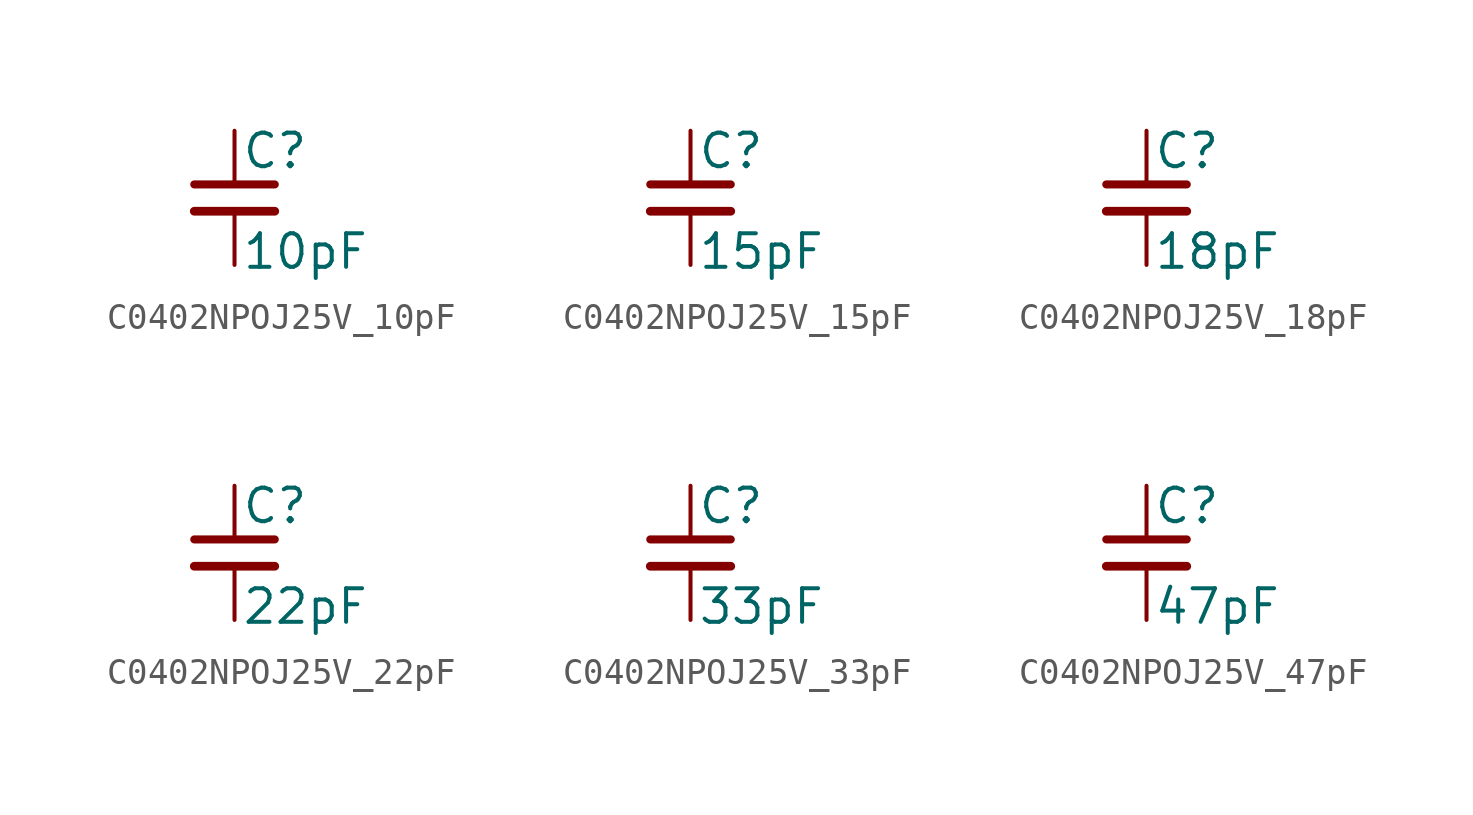
<source format=kicad_sym>
(kicad_symbol_lib
  (version 20220914)
  (generator kicad_symbol_editor)
  (symbol "C0402NPOJ25V_10pF"
    (pin_numbers hide)
    (pin_names
      (offset 0.254) hide)
    (property "Reference" "C"
      (at 0.254 1.778 0)
      (effects (font (size 1.27 1.27)) (justify left)))
    (property "Value" "10pF"
      (at 0.254 -2.032 0)
      (effects (font (size 1.27 1.27)) (justify left)))
    (symbol "C0402NPOJ25V_10pF_0_1"
      (polyline (pts (xy -1.524 -0.508) (xy 1.524 -0.508)) (stroke (width 0.33) (type default)) (fill (type none)))
      (polyline (pts (xy -1.524 0.508) (xy 1.524 0.508)) (stroke (width 0.305) (type default)) (fill (type none))))
    (symbol "C0402NPOJ25V_10pF_1_1"
      (pin passive line (at 0 2.54 270) (length 2.032) (name "~" (effects (font (size 1.27 1.27)))) (number "1" (effects (font (size 1.27 1.27)))))
      (pin passive line (at 0 -2.54 90) (length 2.032) (name "~" (effects (font (size 1.27 1.27)))) (number "2" (effects (font (size 1.27 1.27)))))))
  (symbol "C0402NPOJ25V_15pF"
    (pin_numbers hide)
    (pin_names
      (offset 0.254) hide)
    (property "Reference" "C"
      (at 0.254 1.778 0)
      (effects (font (size 1.27 1.27)) (justify left)))
    (property "Value" "15pF"
      (at 0.254 -2.032 0)
      (effects (font (size 1.27 1.27)) (justify left)))
    (symbol "C0402NPOJ25V_15pF_0_1"
      (polyline (pts (xy -1.524 -0.508) (xy 1.524 -0.508)) (stroke (width 0.33) (type default)) (fill (type none)))
      (polyline (pts (xy -1.524 0.508) (xy 1.524 0.508)) (stroke (width 0.305) (type default)) (fill (type none))))
    (symbol "C0402NPOJ25V_15pF_1_1"
      (pin passive line (at 0 2.54 270) (length 2.032) (name "~" (effects (font (size 1.27 1.27)))) (number "1" (effects (font (size 1.27 1.27)))))
      (pin passive line (at 0 -2.54 90) (length 2.032) (name "~" (effects (font (size 1.27 1.27)))) (number "2" (effects (font (size 1.27 1.27)))))))
  (symbol "C0402NPOJ25V_18pF"
    (pin_numbers hide)
    (pin_names
      (offset 0.254) hide)
    (property "Reference" "C"
      (at 0.254 1.778 0)
      (effects (font (size 1.27 1.27)) (justify left)))
    (property "Value" "18pF"
      (at 0.254 -2.032 0)
      (effects (font (size 1.27 1.27)) (justify left)))
    (symbol "C0402NPOJ25V_18pF_0_1"
      (polyline (pts (xy -1.524 -0.508) (xy 1.524 -0.508)) (stroke (width 0.33) (type default)) (fill (type none)))
      (polyline (pts (xy -1.524 0.508) (xy 1.524 0.508)) (stroke (width 0.305) (type default)) (fill (type none))))
    (symbol "C0402NPOJ25V_18pF_1_1"
      (pin passive line (at 0 2.54 270) (length 2.032) (name "~" (effects (font (size 1.27 1.27)))) (number "1" (effects (font (size 1.27 1.27)))))
      (pin passive line (at 0 -2.54 90) (length 2.032) (name "~" (effects (font (size 1.27 1.27)))) (number "2" (effects (font (size 1.27 1.27)))))))
  (symbol "C0402NPOJ25V_22pF"
    (pin_numbers hide)
    (pin_names
      (offset 0.254) hide)
    (property "Reference" "C"
      (at 0.254 1.778 0)
      (effects (font (size 1.27 1.27)) (justify left)))
    (property "Value" "22pF"
      (at 0.254 -2.032 0)
      (effects (font (size 1.27 1.27)) (justify left)))
    (symbol "C0402NPOJ25V_22pF_0_1"
      (polyline (pts (xy -1.524 -0.508) (xy 1.524 -0.508)) (stroke (width 0.33) (type default)) (fill (type none)))
      (polyline (pts (xy -1.524 0.508) (xy 1.524 0.508)) (stroke (width 0.305) (type default)) (fill (type none))))
    (symbol "C0402NPOJ25V_22pF_1_1"
      (pin passive line (at 0 2.54 270) (length 2.032) (name "~" (effects (font (size 1.27 1.27)))) (number "1" (effects (font (size 1.27 1.27)))))
      (pin passive line (at 0 -2.54 90) (length 2.032) (name "~" (effects (font (size 1.27 1.27)))) (number "2" (effects (font (size 1.27 1.27)))))))
  (symbol "C0402NPOJ25V_33pF"
    (pin_numbers hide)
    (pin_names
      (offset 0.254) hide)
    (property "Reference" "C"
      (at 0.254 1.778 0)
      (effects (font (size 1.27 1.27)) (justify left)))
    (property "Value" "33pF"
      (at 0.254 -2.032 0)
      (effects (font (size 1.27 1.27)) (justify left)))
    (symbol "C0402NPOJ25V_33pF_0_1"
      (polyline (pts (xy -1.524 -0.508) (xy 1.524 -0.508)) (stroke (width 0.33) (type default)) (fill (type none)))
      (polyline (pts (xy -1.524 0.508) (xy 1.524 0.508)) (stroke (width 0.305) (type default)) (fill (type none))))
    (symbol "C0402NPOJ25V_33pF_1_1"
      (pin passive line (at 0 2.54 270) (length 2.032) (name "~" (effects (font (size 1.27 1.27)))) (number "1" (effects (font (size 1.27 1.27)))))
      (pin passive line (at 0 -2.54 90) (length 2.032) (name "~" (effects (font (size 1.27 1.27)))) (number "2" (effects (font (size 1.27 1.27)))))))
  (symbol "C0402NPOJ25V_47pF"
    (pin_numbers hide)
    (pin_names
      (offset 0.254) hide)
    (property "Reference" "C"
      (at 0.254 1.778 0)
      (effects (font (size 1.27 1.27)) (justify left)))
    (property "Value" "47pF"
      (at 0.254 -2.032 0)
      (effects (font (size 1.27 1.27)) (justify left)))
    (symbol "C0402NPOJ25V_47pF_0_1"
      (polyline (pts (xy -1.524 -0.508) (xy 1.524 -0.508)) (stroke (width 0.33) (type default)) (fill (type none)))
      (polyline (pts (xy -1.524 0.508) (xy 1.524 0.508)) (stroke (width 0.305) (type default)) (fill (type none))))
    (symbol "C0402NPOJ25V_47pF_1_1"
      (pin passive line (at 0 2.54 270) (length 2.032) (name "~" (effects (font (size 1.27 1.27)))) (number "1" (effects (font (size 1.27 1.27)))))
      (pin passive line (at 0 -2.54 90) (length 2.032) (name "~" (effects (font (size 1.27 1.27)))) (number "2" (effects (font (size 1.27 1.27))))))))
</source>
